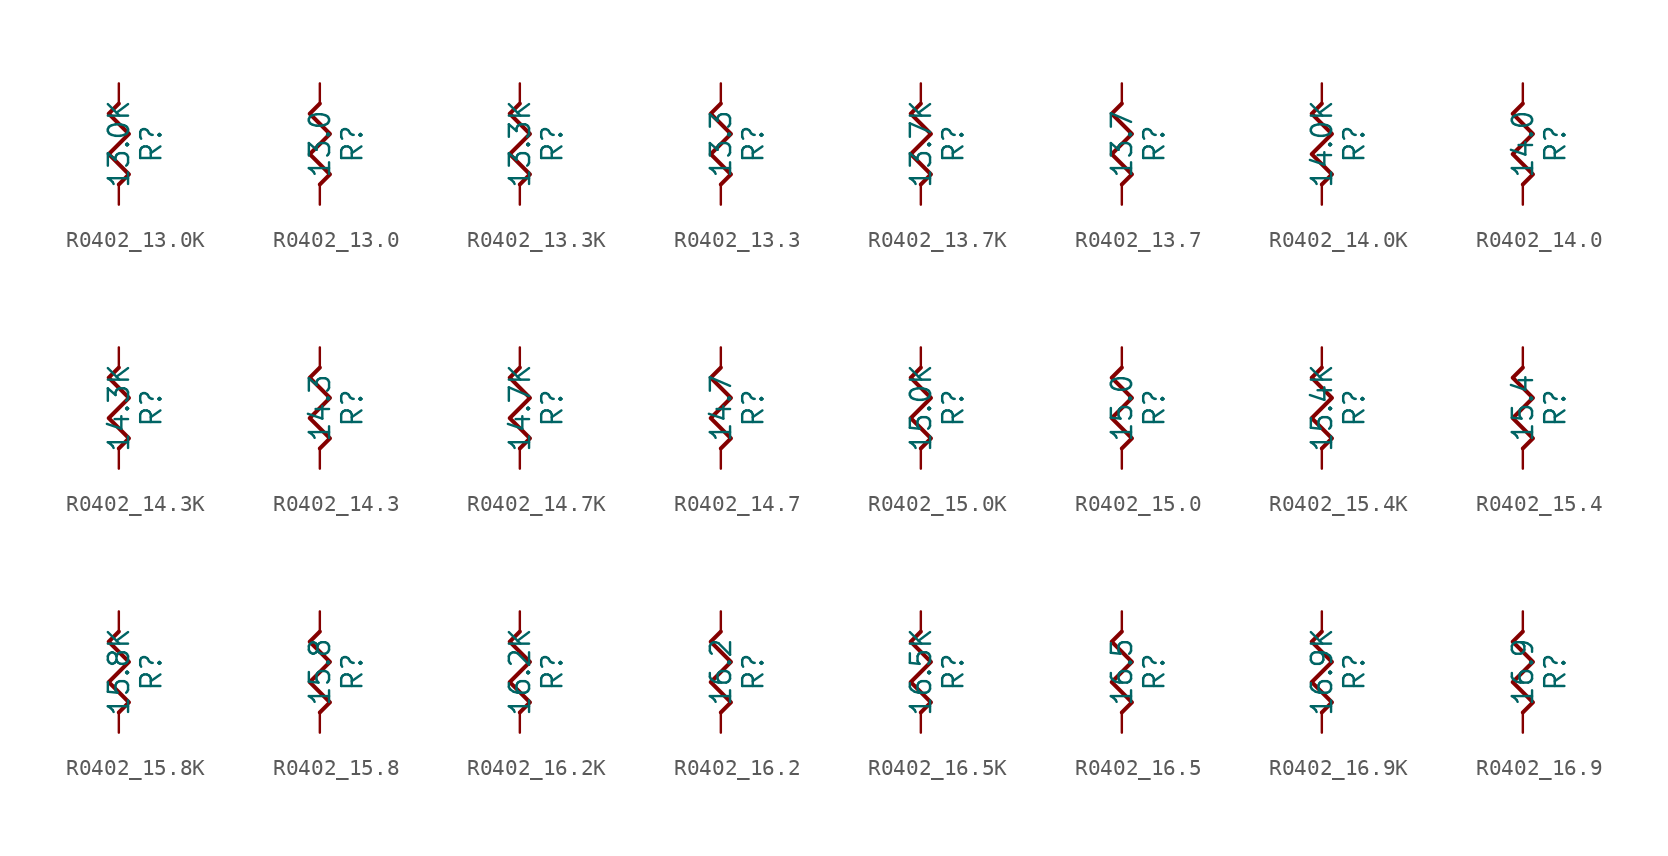
<source format=kicad_sym>
(kicad_symbol_lib
  (version 20211014)
  (generator atlantix-eda)
  (symbol "R0402_13.0K"
    (pin_numbers hide)
    (pin_names
      (offset 0))
    (property "Reference" "R"
      (at 2.032 0 90)
      (effects (font (size 1.27 1.27))))
    (property "Value" "13.0K"
      (at 0 0 90)
      (effects (font (size 1.27 1.27))))
    (symbol "R0402_13.0K_0_1"
      (polyline (pts (xy 0 -2.54) (xy 0.635 -1.905) (xy -0.635 -0.635) (xy 0.635 0.635) (xy -0.635 1.905) (xy 0 2.54)) (stroke (width 0.254) (type default) (color 0 0 0 0)) (fill (type none))))
    (symbol "R0402_13.0K_1_1"
      (pin passive line (at 0 3.81 270) (length 1.27) (name "~" (effects (font (size 1.27 1.27)))) (number "1" (effects (font (size 1.27 1.27)))))
      (pin passive line (at 0 -3.81 90) (length 1.27) (name "~" (effects (font (size 1.27 1.27)))) (number "2" (effects (font (size 1.27 1.27)))))))
  (symbol "R0402_13.0"
    (pin_numbers hide)
    (pin_names
      (offset 0))
    (property "Reference" "R"
      (at 2.032 0 90)
      (effects (font (size 1.27 1.27))))
    (property "Value" "13.0"
      (at 0 0 90)
      (effects (font (size 1.27 1.27))))
    (symbol "R0402_13.0_0_1"
      (polyline (pts (xy 0 -2.54) (xy 0.635 -1.905) (xy -0.635 -0.635) (xy 0.635 0.635) (xy -0.635 1.905) (xy 0 2.54)) (stroke (width 0.254) (type default) (color 0 0 0 0)) (fill (type none))))
    (symbol "R0402_13.0_1_1"
      (pin passive line (at 0 3.81 270) (length 1.27) (name "~" (effects (font (size 1.27 1.27)))) (number "1" (effects (font (size 1.27 1.27)))))
      (pin passive line (at 0 -3.81 90) (length 1.27) (name "~" (effects (font (size 1.27 1.27)))) (number "2" (effects (font (size 1.27 1.27)))))))
  (symbol "R0402_13.3K"
    (pin_numbers hide)
    (pin_names
      (offset 0))
    (property "Reference" "R"
      (at 2.032 0 90)
      (effects (font (size 1.27 1.27))))
    (property "Value" "13.3K"
      (at 0 0 90)
      (effects (font (size 1.27 1.27))))
    (symbol "R0402_13.3K_0_1"
      (polyline (pts (xy 0 -2.54) (xy 0.635 -1.905) (xy -0.635 -0.635) (xy 0.635 0.635) (xy -0.635 1.905) (xy 0 2.54)) (stroke (width 0.254) (type default) (color 0 0 0 0)) (fill (type none))))
    (symbol "R0402_13.3K_1_1"
      (pin passive line (at 0 3.81 270) (length 1.27) (name "~" (effects (font (size 1.27 1.27)))) (number "1" (effects (font (size 1.27 1.27)))))
      (pin passive line (at 0 -3.81 90) (length 1.27) (name "~" (effects (font (size 1.27 1.27)))) (number "2" (effects (font (size 1.27 1.27)))))))
  (symbol "R0402_13.3"
    (pin_numbers hide)
    (pin_names
      (offset 0))
    (property "Reference" "R"
      (at 2.032 0 90)
      (effects (font (size 1.27 1.27))))
    (property "Value" "13.3"
      (at 0 0 90)
      (effects (font (size 1.27 1.27))))
    (symbol "R0402_13.3_0_1"
      (polyline (pts (xy 0 -2.54) (xy 0.635 -1.905) (xy -0.635 -0.635) (xy 0.635 0.635) (xy -0.635 1.905) (xy 0 2.54)) (stroke (width 0.254) (type default) (color 0 0 0 0)) (fill (type none))))
    (symbol "R0402_13.3_1_1"
      (pin passive line (at 0 3.81 270) (length 1.27) (name "~" (effects (font (size 1.27 1.27)))) (number "1" (effects (font (size 1.27 1.27)))))
      (pin passive line (at 0 -3.81 90) (length 1.27) (name "~" (effects (font (size 1.27 1.27)))) (number "2" (effects (font (size 1.27 1.27)))))))
  (symbol "R0402_13.7K"
    (pin_numbers hide)
    (pin_names
      (offset 0))
    (property "Reference" "R"
      (at 2.032 0 90)
      (effects (font (size 1.27 1.27))))
    (property "Value" "13.7K"
      (at 0 0 90)
      (effects (font (size 1.27 1.27))))
    (symbol "R0402_13.7K_0_1"
      (polyline (pts (xy 0 -2.54) (xy 0.635 -1.905) (xy -0.635 -0.635) (xy 0.635 0.635) (xy -0.635 1.905) (xy 0 2.54)) (stroke (width 0.254) (type default) (color 0 0 0 0)) (fill (type none))))
    (symbol "R0402_13.7K_1_1"
      (pin passive line (at 0 3.81 270) (length 1.27) (name "~" (effects (font (size 1.27 1.27)))) (number "1" (effects (font (size 1.27 1.27)))))
      (pin passive line (at 0 -3.81 90) (length 1.27) (name "~" (effects (font (size 1.27 1.27)))) (number "2" (effects (font (size 1.27 1.27)))))))
  (symbol "R0402_13.7"
    (pin_numbers hide)
    (pin_names
      (offset 0))
    (property "Reference" "R"
      (at 2.032 0 90)
      (effects (font (size 1.27 1.27))))
    (property "Value" "13.7"
      (at 0 0 90)
      (effects (font (size 1.27 1.27))))
    (symbol "R0402_13.7_0_1"
      (polyline (pts (xy 0 -2.54) (xy 0.635 -1.905) (xy -0.635 -0.635) (xy 0.635 0.635) (xy -0.635 1.905) (xy 0 2.54)) (stroke (width 0.254) (type default) (color 0 0 0 0)) (fill (type none))))
    (symbol "R0402_13.7_1_1"
      (pin passive line (at 0 3.81 270) (length 1.27) (name "~" (effects (font (size 1.27 1.27)))) (number "1" (effects (font (size 1.27 1.27)))))
      (pin passive line (at 0 -3.81 90) (length 1.27) (name "~" (effects (font (size 1.27 1.27)))) (number "2" (effects (font (size 1.27 1.27)))))))
  (symbol "R0402_14.0K"
    (pin_numbers hide)
    (pin_names
      (offset 0))
    (property "Reference" "R"
      (at 2.032 0 90)
      (effects (font (size 1.27 1.27))))
    (property "Value" "14.0K"
      (at 0 0 90)
      (effects (font (size 1.27 1.27))))
    (symbol "R0402_14.0K_0_1"
      (polyline (pts (xy 0 -2.54) (xy 0.635 -1.905) (xy -0.635 -0.635) (xy 0.635 0.635) (xy -0.635 1.905) (xy 0 2.54)) (stroke (width 0.254) (type default) (color 0 0 0 0)) (fill (type none))))
    (symbol "R0402_14.0K_1_1"
      (pin passive line (at 0 3.81 270) (length 1.27) (name "~" (effects (font (size 1.27 1.27)))) (number "1" (effects (font (size 1.27 1.27)))))
      (pin passive line (at 0 -3.81 90) (length 1.27) (name "~" (effects (font (size 1.27 1.27)))) (number "2" (effects (font (size 1.27 1.27)))))))
  (symbol "R0402_14.0"
    (pin_numbers hide)
    (pin_names
      (offset 0))
    (property "Reference" "R"
      (at 2.032 0 90)
      (effects (font (size 1.27 1.27))))
    (property "Value" "14.0"
      (at 0 0 90)
      (effects (font (size 1.27 1.27))))
    (symbol "R0402_14.0_0_1"
      (polyline (pts (xy 0 -2.54) (xy 0.635 -1.905) (xy -0.635 -0.635) (xy 0.635 0.635) (xy -0.635 1.905) (xy 0 2.54)) (stroke (width 0.254) (type default) (color 0 0 0 0)) (fill (type none))))
    (symbol "R0402_14.0_1_1"
      (pin passive line (at 0 3.81 270) (length 1.27) (name "~" (effects (font (size 1.27 1.27)))) (number "1" (effects (font (size 1.27 1.27)))))
      (pin passive line (at 0 -3.81 90) (length 1.27) (name "~" (effects (font (size 1.27 1.27)))) (number "2" (effects (font (size 1.27 1.27)))))))
  (symbol "R0402_14.3K"
    (pin_numbers hide)
    (pin_names
      (offset 0))
    (property "Reference" "R"
      (at 2.032 0 90)
      (effects (font (size 1.27 1.27))))
    (property "Value" "14.3K"
      (at 0 0 90)
      (effects (font (size 1.27 1.27))))
    (symbol "R0402_14.3K_0_1"
      (polyline (pts (xy 0 -2.54) (xy 0.635 -1.905) (xy -0.635 -0.635) (xy 0.635 0.635) (xy -0.635 1.905) (xy 0 2.54)) (stroke (width 0.254) (type default) (color 0 0 0 0)) (fill (type none))))
    (symbol "R0402_14.3K_1_1"
      (pin passive line (at 0 3.81 270) (length 1.27) (name "~" (effects (font (size 1.27 1.27)))) (number "1" (effects (font (size 1.27 1.27)))))
      (pin passive line (at 0 -3.81 90) (length 1.27) (name "~" (effects (font (size 1.27 1.27)))) (number "2" (effects (font (size 1.27 1.27)))))))
  (symbol "R0402_14.3"
    (pin_numbers hide)
    (pin_names
      (offset 0))
    (property "Reference" "R"
      (at 2.032 0 90)
      (effects (font (size 1.27 1.27))))
    (property "Value" "14.3"
      (at 0 0 90)
      (effects (font (size 1.27 1.27))))
    (symbol "R0402_14.3_0_1"
      (polyline (pts (xy 0 -2.54) (xy 0.635 -1.905) (xy -0.635 -0.635) (xy 0.635 0.635) (xy -0.635 1.905) (xy 0 2.54)) (stroke (width 0.254) (type default) (color 0 0 0 0)) (fill (type none))))
    (symbol "R0402_14.3_1_1"
      (pin passive line (at 0 3.81 270) (length 1.27) (name "~" (effects (font (size 1.27 1.27)))) (number "1" (effects (font (size 1.27 1.27)))))
      (pin passive line (at 0 -3.81 90) (length 1.27) (name "~" (effects (font (size 1.27 1.27)))) (number "2" (effects (font (size 1.27 1.27)))))))
  (symbol "R0402_14.7K"
    (pin_numbers hide)
    (pin_names
      (offset 0))
    (property "Reference" "R"
      (at 2.032 0 90)
      (effects (font (size 1.27 1.27))))
    (property "Value" "14.7K"
      (at 0 0 90)
      (effects (font (size 1.27 1.27))))
    (symbol "R0402_14.7K_0_1"
      (polyline (pts (xy 0 -2.54) (xy 0.635 -1.905) (xy -0.635 -0.635) (xy 0.635 0.635) (xy -0.635 1.905) (xy 0 2.54)) (stroke (width 0.254) (type default) (color 0 0 0 0)) (fill (type none))))
    (symbol "R0402_14.7K_1_1"
      (pin passive line (at 0 3.81 270) (length 1.27) (name "~" (effects (font (size 1.27 1.27)))) (number "1" (effects (font (size 1.27 1.27)))))
      (pin passive line (at 0 -3.81 90) (length 1.27) (name "~" (effects (font (size 1.27 1.27)))) (number "2" (effects (font (size 1.27 1.27)))))))
  (symbol "R0402_14.7"
    (pin_numbers hide)
    (pin_names
      (offset 0))
    (property "Reference" "R"
      (at 2.032 0 90)
      (effects (font (size 1.27 1.27))))
    (property "Value" "14.7"
      (at 0 0 90)
      (effects (font (size 1.27 1.27))))
    (symbol "R0402_14.7_0_1"
      (polyline (pts (xy 0 -2.54) (xy 0.635 -1.905) (xy -0.635 -0.635) (xy 0.635 0.635) (xy -0.635 1.905) (xy 0 2.54)) (stroke (width 0.254) (type default) (color 0 0 0 0)) (fill (type none))))
    (symbol "R0402_14.7_1_1"
      (pin passive line (at 0 3.81 270) (length 1.27) (name "~" (effects (font (size 1.27 1.27)))) (number "1" (effects (font (size 1.27 1.27)))))
      (pin passive line (at 0 -3.81 90) (length 1.27) (name "~" (effects (font (size 1.27 1.27)))) (number "2" (effects (font (size 1.27 1.27)))))))
  (symbol "R0402_15.0K"
    (pin_numbers hide)
    (pin_names
      (offset 0))
    (property "Reference" "R"
      (at 2.032 0 90)
      (effects (font (size 1.27 1.27))))
    (property "Value" "15.0K"
      (at 0 0 90)
      (effects (font (size 1.27 1.27))))
    (symbol "R0402_15.0K_0_1"
      (polyline (pts (xy 0 -2.54) (xy 0.635 -1.905) (xy -0.635 -0.635) (xy 0.635 0.635) (xy -0.635 1.905) (xy 0 2.54)) (stroke (width 0.254) (type default) (color 0 0 0 0)) (fill (type none))))
    (symbol "R0402_15.0K_1_1"
      (pin passive line (at 0 3.81 270) (length 1.27) (name "~" (effects (font (size 1.27 1.27)))) (number "1" (effects (font (size 1.27 1.27)))))
      (pin passive line (at 0 -3.81 90) (length 1.27) (name "~" (effects (font (size 1.27 1.27)))) (number "2" (effects (font (size 1.27 1.27)))))))
  (symbol "R0402_15.0"
    (pin_numbers hide)
    (pin_names
      (offset 0))
    (property "Reference" "R"
      (at 2.032 0 90)
      (effects (font (size 1.27 1.27))))
    (property "Value" "15.0"
      (at 0 0 90)
      (effects (font (size 1.27 1.27))))
    (symbol "R0402_15.0_0_1"
      (polyline (pts (xy 0 -2.54) (xy 0.635 -1.905) (xy -0.635 -0.635) (xy 0.635 0.635) (xy -0.635 1.905) (xy 0 2.54)) (stroke (width 0.254) (type default) (color 0 0 0 0)) (fill (type none))))
    (symbol "R0402_15.0_1_1"
      (pin passive line (at 0 3.81 270) (length 1.27) (name "~" (effects (font (size 1.27 1.27)))) (number "1" (effects (font (size 1.27 1.27)))))
      (pin passive line (at 0 -3.81 90) (length 1.27) (name "~" (effects (font (size 1.27 1.27)))) (number "2" (effects (font (size 1.27 1.27)))))))
  (symbol "R0402_15.4K"
    (pin_numbers hide)
    (pin_names
      (offset 0))
    (property "Reference" "R"
      (at 2.032 0 90)
      (effects (font (size 1.27 1.27))))
    (property "Value" "15.4K"
      (at 0 0 90)
      (effects (font (size 1.27 1.27))))
    (symbol "R0402_15.4K_0_1"
      (polyline (pts (xy 0 -2.54) (xy 0.635 -1.905) (xy -0.635 -0.635) (xy 0.635 0.635) (xy -0.635 1.905) (xy 0 2.54)) (stroke (width 0.254) (type default) (color 0 0 0 0)) (fill (type none))))
    (symbol "R0402_15.4K_1_1"
      (pin passive line (at 0 3.81 270) (length 1.27) (name "~" (effects (font (size 1.27 1.27)))) (number "1" (effects (font (size 1.27 1.27)))))
      (pin passive line (at 0 -3.81 90) (length 1.27) (name "~" (effects (font (size 1.27 1.27)))) (number "2" (effects (font (size 1.27 1.27)))))))
  (symbol "R0402_15.4"
    (pin_numbers hide)
    (pin_names
      (offset 0))
    (property "Reference" "R"
      (at 2.032 0 90)
      (effects (font (size 1.27 1.27))))
    (property "Value" "15.4"
      (at 0 0 90)
      (effects (font (size 1.27 1.27))))
    (symbol "R0402_15.4_0_1"
      (polyline (pts (xy 0 -2.54) (xy 0.635 -1.905) (xy -0.635 -0.635) (xy 0.635 0.635) (xy -0.635 1.905) (xy 0 2.54)) (stroke (width 0.254) (type default) (color 0 0 0 0)) (fill (type none))))
    (symbol "R0402_15.4_1_1"
      (pin passive line (at 0 3.81 270) (length 1.27) (name "~" (effects (font (size 1.27 1.27)))) (number "1" (effects (font (size 1.27 1.27)))))
      (pin passive line (at 0 -3.81 90) (length 1.27) (name "~" (effects (font (size 1.27 1.27)))) (number "2" (effects (font (size 1.27 1.27)))))))
  (symbol "R0402_15.8K"
    (pin_numbers hide)
    (pin_names
      (offset 0))
    (property "Reference" "R"
      (at 2.032 0 90)
      (effects (font (size 1.27 1.27))))
    (property "Value" "15.8K"
      (at 0 0 90)
      (effects (font (size 1.27 1.27))))
    (symbol "R0402_15.8K_0_1"
      (polyline (pts (xy 0 -2.54) (xy 0.635 -1.905) (xy -0.635 -0.635) (xy 0.635 0.635) (xy -0.635 1.905) (xy 0 2.54)) (stroke (width 0.254) (type default) (color 0 0 0 0)) (fill (type none))))
    (symbol "R0402_15.8K_1_1"
      (pin passive line (at 0 3.81 270) (length 1.27) (name "~" (effects (font (size 1.27 1.27)))) (number "1" (effects (font (size 1.27 1.27)))))
      (pin passive line (at 0 -3.81 90) (length 1.27) (name "~" (effects (font (size 1.27 1.27)))) (number "2" (effects (font (size 1.27 1.27)))))))
  (symbol "R0402_15.8"
    (pin_numbers hide)
    (pin_names
      (offset 0))
    (property "Reference" "R"
      (at 2.032 0 90)
      (effects (font (size 1.27 1.27))))
    (property "Value" "15.8"
      (at 0 0 90)
      (effects (font (size 1.27 1.27))))
    (symbol "R0402_15.8_0_1"
      (polyline (pts (xy 0 -2.54) (xy 0.635 -1.905) (xy -0.635 -0.635) (xy 0.635 0.635) (xy -0.635 1.905) (xy 0 2.54)) (stroke (width 0.254) (type default) (color 0 0 0 0)) (fill (type none))))
    (symbol "R0402_15.8_1_1"
      (pin passive line (at 0 3.81 270) (length 1.27) (name "~" (effects (font (size 1.27 1.27)))) (number "1" (effects (font (size 1.27 1.27)))))
      (pin passive line (at 0 -3.81 90) (length 1.27) (name "~" (effects (font (size 1.27 1.27)))) (number "2" (effects (font (size 1.27 1.27)))))))
  (symbol "R0402_16.2K"
    (pin_numbers hide)
    (pin_names
      (offset 0))
    (property "Reference" "R"
      (at 2.032 0 90)
      (effects (font (size 1.27 1.27))))
    (property "Value" "16.2K"
      (at 0 0 90)
      (effects (font (size 1.27 1.27))))
    (symbol "R0402_16.2K_0_1"
      (polyline (pts (xy 0 -2.54) (xy 0.635 -1.905) (xy -0.635 -0.635) (xy 0.635 0.635) (xy -0.635 1.905) (xy 0 2.54)) (stroke (width 0.254) (type default) (color 0 0 0 0)) (fill (type none))))
    (symbol "R0402_16.2K_1_1"
      (pin passive line (at 0 3.81 270) (length 1.27) (name "~" (effects (font (size 1.27 1.27)))) (number "1" (effects (font (size 1.27 1.27)))))
      (pin passive line (at 0 -3.81 90) (length 1.27) (name "~" (effects (font (size 1.27 1.27)))) (number "2" (effects (font (size 1.27 1.27)))))))
  (symbol "R0402_16.2"
    (pin_numbers hide)
    (pin_names
      (offset 0))
    (property "Reference" "R"
      (at 2.032 0 90)
      (effects (font (size 1.27 1.27))))
    (property "Value" "16.2"
      (at 0 0 90)
      (effects (font (size 1.27 1.27))))
    (symbol "R0402_16.2_0_1"
      (polyline (pts (xy 0 -2.54) (xy 0.635 -1.905) (xy -0.635 -0.635) (xy 0.635 0.635) (xy -0.635 1.905) (xy 0 2.54)) (stroke (width 0.254) (type default) (color 0 0 0 0)) (fill (type none))))
    (symbol "R0402_16.2_1_1"
      (pin passive line (at 0 3.81 270) (length 1.27) (name "~" (effects (font (size 1.27 1.27)))) (number "1" (effects (font (size 1.27 1.27)))))
      (pin passive line (at 0 -3.81 90) (length 1.27) (name "~" (effects (font (size 1.27 1.27)))) (number "2" (effects (font (size 1.27 1.27)))))))
  (symbol "R0402_16.5K"
    (pin_numbers hide)
    (pin_names
      (offset 0))
    (property "Reference" "R"
      (at 2.032 0 90)
      (effects (font (size 1.27 1.27))))
    (property "Value" "16.5K"
      (at 0 0 90)
      (effects (font (size 1.27 1.27))))
    (symbol "R0402_16.5K_0_1"
      (polyline (pts (xy 0 -2.54) (xy 0.635 -1.905) (xy -0.635 -0.635) (xy 0.635 0.635) (xy -0.635 1.905) (xy 0 2.54)) (stroke (width 0.254) (type default) (color 0 0 0 0)) (fill (type none))))
    (symbol "R0402_16.5K_1_1"
      (pin passive line (at 0 3.81 270) (length 1.27) (name "~" (effects (font (size 1.27 1.27)))) (number "1" (effects (font (size 1.27 1.27)))))
      (pin passive line (at 0 -3.81 90) (length 1.27) (name "~" (effects (font (size 1.27 1.27)))) (number "2" (effects (font (size 1.27 1.27)))))))
  (symbol "R0402_16.5"
    (pin_numbers hide)
    (pin_names
      (offset 0))
    (property "Reference" "R"
      (at 2.032 0 90)
      (effects (font (size 1.27 1.27))))
    (property "Value" "16.5"
      (at 0 0 90)
      (effects (font (size 1.27 1.27))))
    (symbol "R0402_16.5_0_1"
      (polyline (pts (xy 0 -2.54) (xy 0.635 -1.905) (xy -0.635 -0.635) (xy 0.635 0.635) (xy -0.635 1.905) (xy 0 2.54)) (stroke (width 0.254) (type default) (color 0 0 0 0)) (fill (type none))))
    (symbol "R0402_16.5_1_1"
      (pin passive line (at 0 3.81 270) (length 1.27) (name "~" (effects (font (size 1.27 1.27)))) (number "1" (effects (font (size 1.27 1.27)))))
      (pin passive line (at 0 -3.81 90) (length 1.27) (name "~" (effects (font (size 1.27 1.27)))) (number "2" (effects (font (size 1.27 1.27)))))))
  (symbol "R0402_16.9K"
    (pin_numbers hide)
    (pin_names
      (offset 0))
    (property "Reference" "R"
      (at 2.032 0 90)
      (effects (font (size 1.27 1.27))))
    (property "Value" "16.9K"
      (at 0 0 90)
      (effects (font (size 1.27 1.27))))
    (symbol "R0402_16.9K_0_1"
      (polyline (pts (xy 0 -2.54) (xy 0.635 -1.905) (xy -0.635 -0.635) (xy 0.635 0.635) (xy -0.635 1.905) (xy 0 2.54)) (stroke (width 0.254) (type default) (color 0 0 0 0)) (fill (type none))))
    (symbol "R0402_16.9K_1_1"
      (pin passive line (at 0 3.81 270) (length 1.27) (name "~" (effects (font (size 1.27 1.27)))) (number "1" (effects (font (size 1.27 1.27)))))
      (pin passive line (at 0 -3.81 90) (length 1.27) (name "~" (effects (font (size 1.27 1.27)))) (number "2" (effects (font (size 1.27 1.27)))))))
  (symbol "R0402_16.9"
    (pin_numbers hide)
    (pin_names
      (offset 0))
    (property "Reference" "R"
      (at 2.032 0 90)
      (effects (font (size 1.27 1.27))))
    (property "Value" "16.9"
      (at 0 0 90)
      (effects (font (size 1.27 1.27))))
    (symbol "R0402_16.9_0_1"
      (polyline (pts (xy 0 -2.54) (xy 0.635 -1.905) (xy -0.635 -0.635) (xy 0.635 0.635) (xy -0.635 1.905) (xy 0 2.54)) (stroke (width 0.254) (type default) (color 0 0 0 0)) (fill (type none))))
    (symbol "R0402_16.9_1_1"
      (pin passive line (at 0 3.81 270) (length 1.27) (name "~" (effects (font (size 1.27 1.27)))) (number "1" (effects (font (size 1.27 1.27)))))
      (pin passive line (at 0 -3.81 90) (length 1.27) (name "~" (effects (font (size 1.27 1.27)))) (number "2" (effects (font (size 1.27 1.27))))))))
</source>
